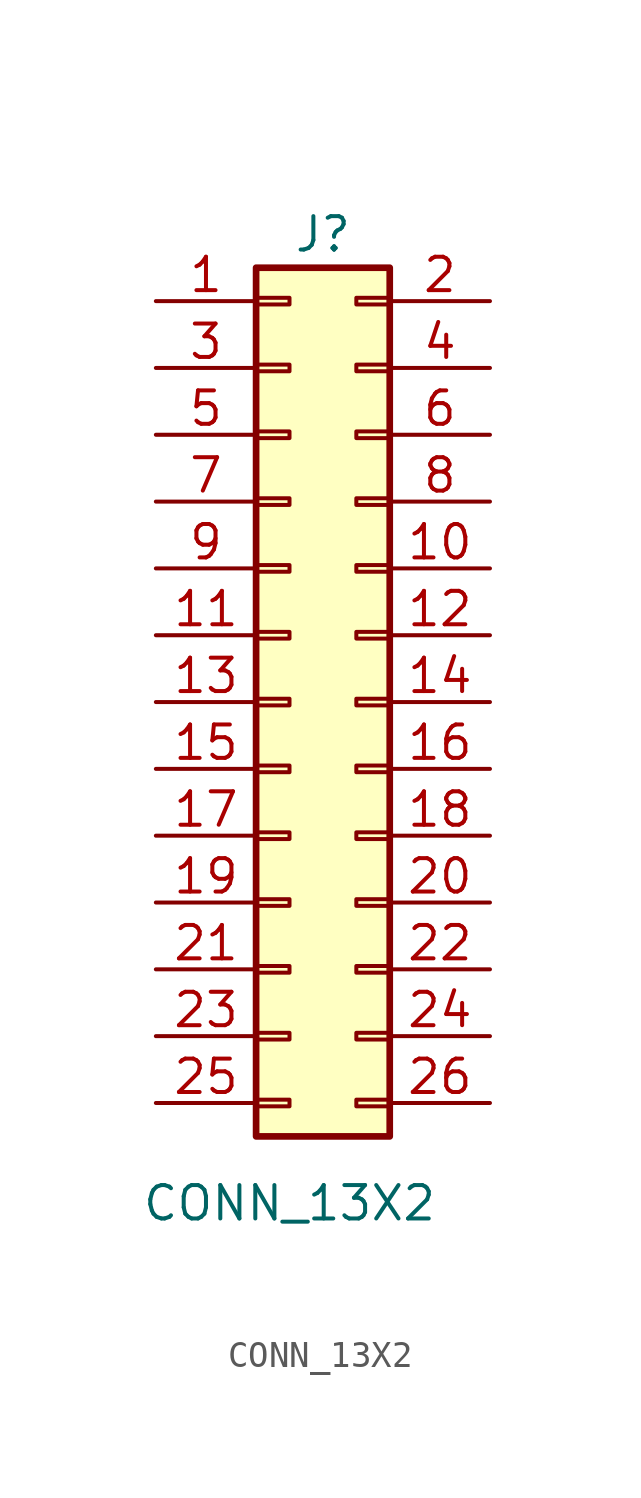
<source format=kicad_sym>
(kicad_symbol_lib
  (version 20211014)
  (generator kicad_symbol_editor)
  (symbol "CONN_13X2"
    (pin_names
      (offset 1.016) hide)
    (property "Reference" "J"
      (at 0 17.78 0)
      (effects (font (size 1.27 1.27))))
    (property "Value" "CONN_13X2"
      (at -1.27 -19.05 0)
      (effects (font (size 1.27 1.27))))
    (symbol "CONN_13X2_1_1"
      (rectangle (start -2.54 -15.113) (end -1.27 -15.367) (stroke (width 0.152) (type default) (color 0 0 0 0)) (fill (type none)))
      (rectangle (start -2.54 -12.573) (end -1.27 -12.827) (stroke (width 0.152) (type default) (color 0 0 0 0)) (fill (type none)))
      (rectangle (start -2.54 -10.033) (end -1.27 -10.287) (stroke (width 0.152) (type default) (color 0 0 0 0)) (fill (type none)))
      (rectangle (start -2.54 -7.493) (end -1.27 -7.747) (stroke (width 0.152) (type default) (color 0 0 0 0)) (fill (type none)))
      (rectangle (start -2.54 -4.953) (end -1.27 -5.207) (stroke (width 0.152) (type default) (color 0 0 0 0)) (fill (type none)))
      (rectangle (start -2.54 -2.413) (end -1.27 -2.667) (stroke (width 0.152) (type default) (color 0 0 0 0)) (fill (type none)))
      (rectangle (start -2.54 0.127) (end -1.27 -0.127) (stroke (width 0.152) (type default) (color 0 0 0 0)) (fill (type none)))
      (rectangle (start -2.54 2.667) (end -1.27 2.413) (stroke (width 0.152) (type default) (color 0 0 0 0)) (fill (type none)))
      (rectangle (start -2.54 5.207) (end -1.27 4.953) (stroke (width 0.152) (type default) (color 0 0 0 0)) (fill (type none)))
      (rectangle (start -2.54 7.747) (end -1.27 7.493) (stroke (width 0.152) (type default) (color 0 0 0 0)) (fill (type none)))
      (rectangle (start -2.54 10.287) (end -1.27 10.033) (stroke (width 0.152) (type default) (color 0 0 0 0)) (fill (type none)))
      (rectangle (start -2.54 12.827) (end -1.27 12.573) (stroke (width 0.152) (type default) (color 0 0 0 0)) (fill (type none)))
      (rectangle (start -2.54 15.367) (end -1.27 15.113) (stroke (width 0.152) (type default) (color 0 0 0 0)) (fill (type none)))
      (rectangle (start -2.54 16.51) (end 2.54 -16.51) (stroke (width 0.254) (type default) (color 0 0 0 0)) (fill (type background)))
      (rectangle (start 2.54 -15.113) (end 1.27 -15.367) (stroke (width 0.152) (type default) (color 0 0 0 0)) (fill (type none)))
      (rectangle (start 2.54 -12.573) (end 1.27 -12.827) (stroke (width 0.152) (type default) (color 0 0 0 0)) (fill (type none)))
      (rectangle (start 2.54 -10.033) (end 1.27 -10.287) (stroke (width 0.152) (type default) (color 0 0 0 0)) (fill (type none)))
      (rectangle (start 2.54 -7.493) (end 1.27 -7.747) (stroke (width 0.152) (type default) (color 0 0 0 0)) (fill (type none)))
      (rectangle (start 2.54 -4.953) (end 1.27 -5.207) (stroke (width 0.152) (type default) (color 0 0 0 0)) (fill (type none)))
      (rectangle (start 2.54 -2.413) (end 1.27 -2.667) (stroke (width 0.152) (type default) (color 0 0 0 0)) (fill (type none)))
      (rectangle (start 2.54 0.127) (end 1.27 -0.127) (stroke (width 0.152) (type default) (color 0 0 0 0)) (fill (type none)))
      (rectangle (start 2.54 2.667) (end 1.27 2.413) (stroke (width 0.152) (type default) (color 0 0 0 0)) (fill (type none)))
      (rectangle (start 2.54 5.207) (end 1.27 4.953) (stroke (width 0.152) (type default) (color 0 0 0 0)) (fill (type none)))
      (rectangle (start 2.54 7.747) (end 1.27 7.493) (stroke (width 0.152) (type default) (color 0 0 0 0)) (fill (type none)))
      (rectangle (start 2.54 10.287) (end 1.27 10.033) (stroke (width 0.152) (type default) (color 0 0 0 0)) (fill (type none)))
      (rectangle (start 2.54 12.827) (end 1.27 12.573) (stroke (width 0.152) (type default) (color 0 0 0 0)) (fill (type none)))
      (rectangle (start 2.54 15.367) (end 1.27 15.113) (stroke (width 0.152) (type default) (color 0 0 0 0)) (fill (type none)))
      (pin passive line (at -6.35 15.24 0) (length 3.81) (name "~" (effects (font (size 1.27 1.27)))) (number "1" (effects (font (size 1.27 1.27)))))
      (pin passive line (at 6.35 5.08 180) (length 3.81) (name "~" (effects (font (size 1.27 1.27)))) (number "10" (effects (font (size 1.27 1.27)))))
      (pin passive line (at -6.35 2.54 0) (length 3.81) (name "~" (effects (font (size 1.27 1.27)))) (number "11" (effects (font (size 1.27 1.27)))))
      (pin passive line (at 6.35 2.54 180) (length 3.81) (name "~" (effects (font (size 1.27 1.27)))) (number "12" (effects (font (size 1.27 1.27)))))
      (pin passive line (at -6.35 0 0) (length 3.81) (name "~" (effects (font (size 1.27 1.27)))) (number "13" (effects (font (size 1.27 1.27)))))
      (pin passive line (at 6.35 0 180) (length 3.81) (name "~" (effects (font (size 1.27 1.27)))) (number "14" (effects (font (size 1.27 1.27)))))
      (pin passive line (at -6.35 -2.54 0) (length 3.81) (name "~" (effects (font (size 1.27 1.27)))) (number "15" (effects (font (size 1.27 1.27)))))
      (pin passive line (at 6.35 -2.54 180) (length 3.81) (name "~" (effects (font (size 1.27 1.27)))) (number "16" (effects (font (size 1.27 1.27)))))
      (pin passive line (at -6.35 -5.08 0) (length 3.81) (name "~" (effects (font (size 1.27 1.27)))) (number "17" (effects (font (size 1.27 1.27)))))
      (pin passive line (at 6.35 -5.08 180) (length 3.81) (name "~" (effects (font (size 1.27 1.27)))) (number "18" (effects (font (size 1.27 1.27)))))
      (pin passive line (at -6.35 -7.62 0) (length 3.81) (name "~" (effects (font (size 1.27 1.27)))) (number "19" (effects (font (size 1.27 1.27)))))
      (pin passive line (at 6.35 15.24 180) (length 3.81) (name "~" (effects (font (size 1.27 1.27)))) (number "2" (effects (font (size 1.27 1.27)))))
      (pin passive line (at 6.35 -7.62 180) (length 3.81) (name "~" (effects (font (size 1.27 1.27)))) (number "20" (effects (font (size 1.27 1.27)))))
      (pin passive line (at -6.35 -10.16 0) (length 3.81) (name "~" (effects (font (size 1.27 1.27)))) (number "21" (effects (font (size 1.27 1.27)))))
      (pin passive line (at 6.35 -10.16 180) (length 3.81) (name "~" (effects (font (size 1.27 1.27)))) (number "22" (effects (font (size 1.27 1.27)))))
      (pin passive line (at -6.35 -12.7 0) (length 3.81) (name "~" (effects (font (size 1.27 1.27)))) (number "23" (effects (font (size 1.27 1.27)))))
      (pin passive line (at 6.35 -12.7 180) (length 3.81) (name "~" (effects (font (size 1.27 1.27)))) (number "24" (effects (font (size 1.27 1.27)))))
      (pin passive line (at -6.35 -15.24 0) (length 3.81) (name "~" (effects (font (size 1.27 1.27)))) (number "25" (effects (font (size 1.27 1.27)))))
      (pin passive line (at 6.35 -15.24 180) (length 3.81) (name "~" (effects (font (size 1.27 1.27)))) (number "26" (effects (font (size 1.27 1.27)))))
      (pin passive line (at -6.35 12.7 0) (length 3.81) (name "~" (effects (font (size 1.27 1.27)))) (number "3" (effects (font (size 1.27 1.27)))))
      (pin passive line (at 6.35 12.7 180) (length 3.81) (name "~" (effects (font (size 1.27 1.27)))) (number "4" (effects (font (size 1.27 1.27)))))
      (pin passive line (at -6.35 10.16 0) (length 3.81) (name "~" (effects (font (size 1.27 1.27)))) (number "5" (effects (font (size 1.27 1.27)))))
      (pin passive line (at 6.35 10.16 180) (length 3.81) (name "~" (effects (font (size 1.27 1.27)))) (number "6" (effects (font (size 1.27 1.27)))))
      (pin passive line (at -6.35 7.62 0) (length 3.81) (name "~" (effects (font (size 1.27 1.27)))) (number "7" (effects (font (size 1.27 1.27)))))
      (pin passive line (at 6.35 7.62 180) (length 3.81) (name "~" (effects (font (size 1.27 1.27)))) (number "8" (effects (font (size 1.27 1.27)))))
      (pin passive line (at -6.35 5.08 0) (length 3.81) (name "~" (effects (font (size 1.27 1.27)))) (number "9" (effects (font (size 1.27 1.27))))))))
</source>
